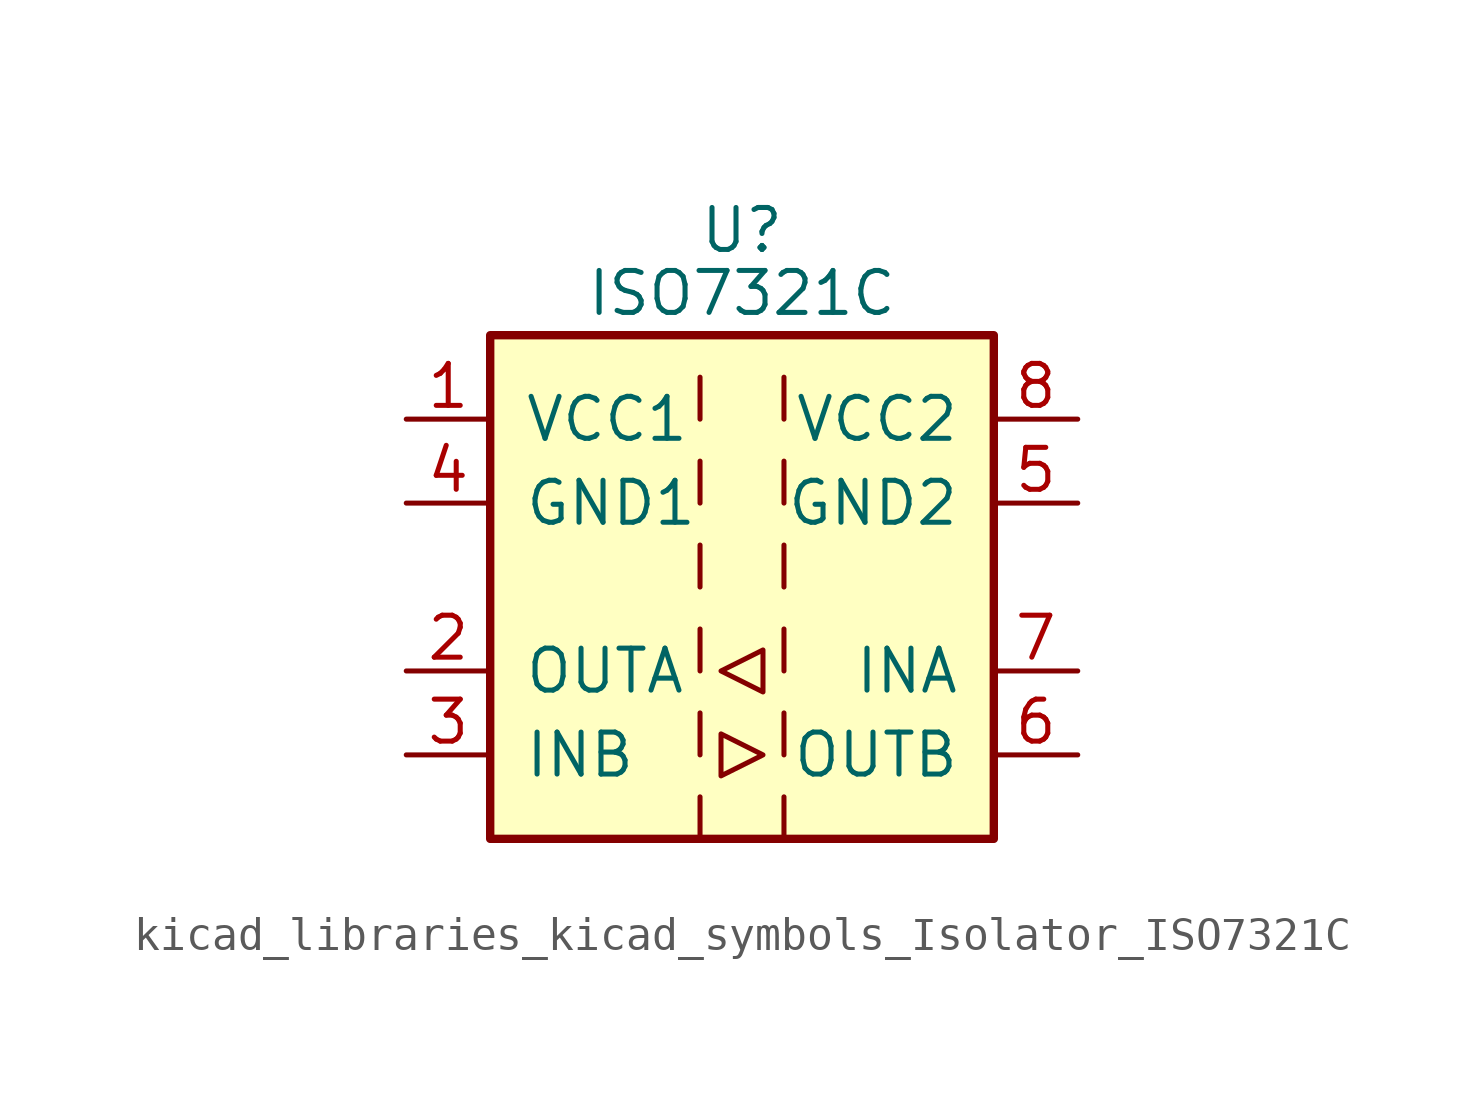
<source format=kicad_sym>
(kicad_symbol_lib
  (version 20220914)
  (generator kicad_symbol_editor)
  (symbol "kicad_libraries_kicad_symbols_Isolator_ISO7321C"
    (pin_names
      (offset 1.016))
    (property "Reference" "U"
      (at 0 10.795 0)
      (effects (font (size 1.27 1.27))))
    (property "Value" "ISO7321C"
      (at 0 8.89 0)
      (effects (font (size 1.27 1.27))))
    (symbol "kicad_libraries_kicad_symbols_Isolator_ISO7321C_0_1"
      (rectangle (start -7.62 7.62) (end 7.62 -7.62) (stroke (width 0.254) (type default)) (fill (type background)))
      (polyline (pts (xy -1.27 -6.35) (xy -1.27 -7.62)) (stroke (width 0) (type default)) (fill (type none)))
      (polyline (pts (xy -1.27 -3.81) (xy -1.27 -5.08)) (stroke (width 0) (type default)) (fill (type none)))
      (polyline (pts (xy -1.27 -1.27) (xy -1.27 -2.54)) (stroke (width 0) (type default)) (fill (type none)))
      (polyline (pts (xy -1.27 1.27) (xy -1.27 0)) (stroke (width 0) (type default)) (fill (type none)))
      (polyline (pts (xy -1.27 3.81) (xy -1.27 2.54)) (stroke (width 0) (type default)) (fill (type none)))
      (polyline (pts (xy -1.27 6.35) (xy -1.27 5.08)) (stroke (width 0) (type default)) (fill (type none)))
      (polyline (pts (xy 1.27 -6.35) (xy 1.27 -7.62)) (stroke (width 0) (type default)) (fill (type none)))
      (polyline (pts (xy 1.27 -3.81) (xy 1.27 -5.08)) (stroke (width 0) (type default)) (fill (type none)))
      (polyline (pts (xy 1.27 -1.27) (xy 1.27 -2.54)) (stroke (width 0) (type default)) (fill (type none)))
      (polyline (pts (xy 1.27 1.27) (xy 1.27 0)) (stroke (width 0) (type default)) (fill (type none)))
      (polyline (pts (xy 1.27 3.81) (xy 1.27 2.54)) (stroke (width 0) (type default)) (fill (type none)))
      (polyline (pts (xy 1.27 6.35) (xy 1.27 5.08)) (stroke (width 0) (type default)) (fill (type none)))
      (polyline (pts (xy -0.635 -4.445) (xy -0.635 -5.715) (xy 0.635 -5.08) (xy -0.635 -4.445)) (stroke (width 0) (type default)) (fill (type none)))
      (polyline (pts (xy -0.635 -2.54) (xy 0.635 -1.905) (xy 0.635 -3.175) (xy -0.635 -2.54)) (stroke (width 0) (type default)) (fill (type none))))
    (symbol "kicad_libraries_kicad_symbols_Isolator_ISO7321C_1_1"
      (pin power_in line (at -10.16 5.08 0) (length 2.54) (name "VCC1" (effects (font (size 1.27 1.27)))) (number "1" (effects (font (size 1.27 1.27)))))
      (pin output line (at -10.16 -2.54 0) (length 2.54) (name "OUTA" (effects (font (size 1.27 1.27)))) (number "2" (effects (font (size 1.27 1.27)))))
      (pin input line (at -10.16 -5.08 0) (length 2.54) (name "INB" (effects (font (size 1.27 1.27)))) (number "3" (effects (font (size 1.27 1.27)))))
      (pin power_in line (at -10.16 2.54 0) (length 2.54) (name "GND1" (effects (font (size 1.27 1.27)))) (number "4" (effects (font (size 1.27 1.27)))))
      (pin power_in line (at 10.16 2.54 180) (length 2.54) (name "GND2" (effects (font (size 1.27 1.27)))) (number "5" (effects (font (size 1.27 1.27)))))
      (pin output line (at 10.16 -5.08 180) (length 2.54) (name "OUTB" (effects (font (size 1.27 1.27)))) (number "6" (effects (font (size 1.27 1.27)))))
      (pin input line (at 10.16 -2.54 180) (length 2.54) (name "INA" (effects (font (size 1.27 1.27)))) (number "7" (effects (font (size 1.27 1.27)))))
      (pin power_in line (at 10.16 5.08 180) (length 2.54) (name "VCC2" (effects (font (size 1.27 1.27)))) (number "8" (effects (font (size 1.27 1.27))))))))
</source>
